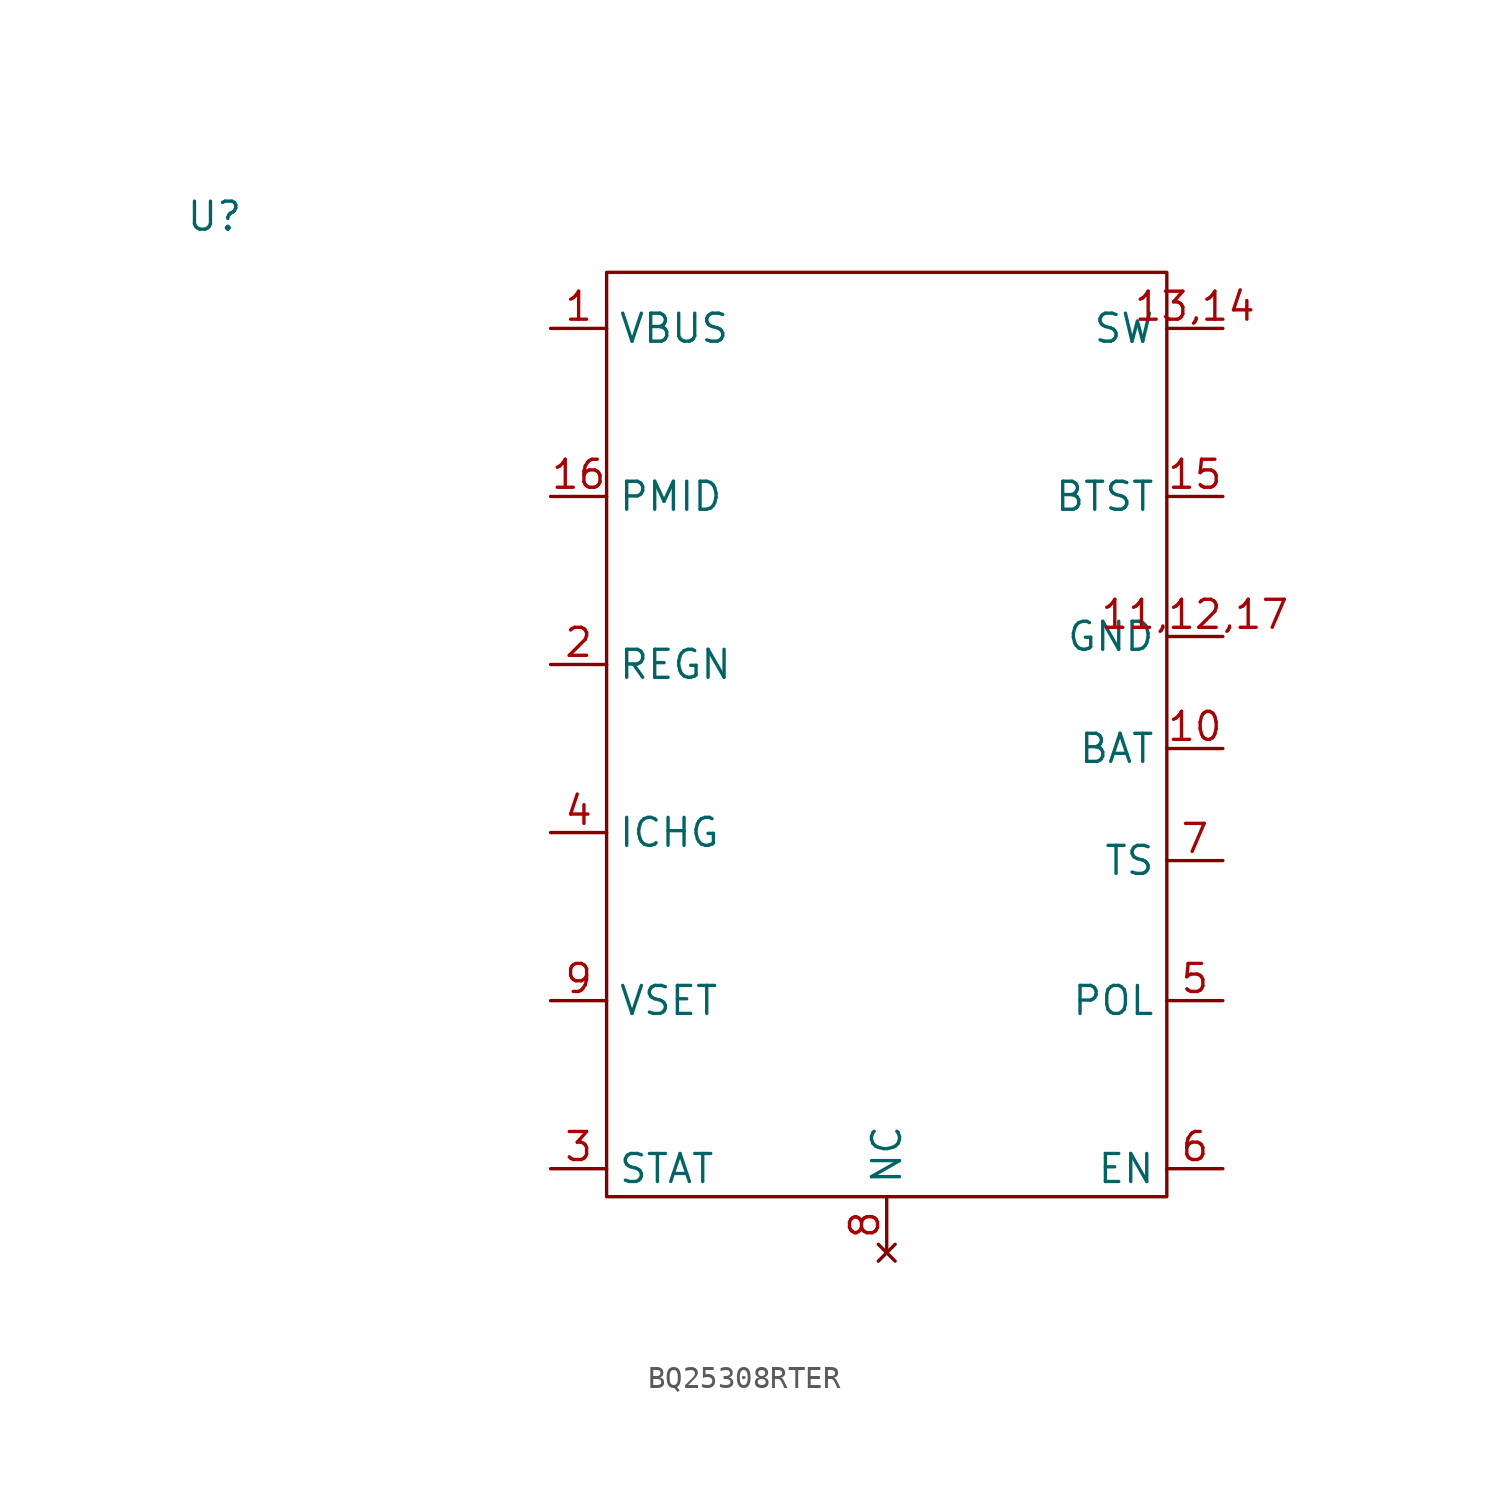
<source format=kicad_sym>
(kicad_symbol_lib
  (version 20231120)
  (generator "kicad_symbol_editor")
  (generator_version "8.0")
  (symbol "BQ25308RTER"
    (property "Reference" "U"
      (at 0 0 0)
      (effects (font (size 1.27 1.27))))
    (property "Value" ""
      (at 0 0 0)
      (effects (font (size 1.27 1.27))))
    (symbol "BQ25308RTER_0_1"
      (rectangle (start 17.78 -2.54) (end 43.18 -44.45) (stroke (width 0) (type default)) (fill (type none))))
    (symbol "BQ25308RTER_1_0"
      (pin input line (at 45.72 -24.13 180) (length 2.54) (name "BAT" (effects (font (size 1.27 1.27)))) (number "10" (effects (font (size 1.27 1.27)))))
      (pin no_connect line (at 30.48 -46.99 90) (length 2.54) (name "NC" (effects (font (size 1.27 1.27)))) (number "8" (effects (font (size 1.27 1.27))))))
    (symbol "BQ25308RTER_1_1"
      (pin input line (at 15.24 -5.08 0) (length 2.54) (name "VBUS" (effects (font (size 1.27 1.27)))) (number "1" (effects (font (size 1.27 1.27)))))
      (pin input line (at 45.72 -19.05 180) (length 2.54) (name "GND" (effects (font (size 1.27 1.27)))) (number "11,12,17" (effects (font (size 1.27 1.27)))))
      (pin input line (at 45.72 -5.08 180) (length 2.54) (name "SW" (effects (font (size 1.27 1.27)))) (number "13,14" (effects (font (size 1.27 1.27)))))
      (pin input line (at 45.72 -12.7 180) (length 2.54) (name "BTST" (effects (font (size 1.27 1.27)))) (number "15" (effects (font (size 1.27 1.27)))))
      (pin input line (at 15.24 -12.7 0) (length 2.54) (name "PMID" (effects (font (size 1.27 1.27)))) (number "16" (effects (font (size 1.27 1.27)))))
      (pin input line (at 15.24 -20.32 0) (length 2.54) (name "REGN" (effects (font (size 1.27 1.27)))) (number "2" (effects (font (size 1.27 1.27)))))
      (pin input line (at 15.24 -43.18 0) (length 2.54) (name "STAT" (effects (font (size 1.27 1.27)))) (number "3" (effects (font (size 1.27 1.27)))))
      (pin input line (at 15.24 -27.94 0) (length 2.54) (name "ICHG" (effects (font (size 1.27 1.27)))) (number "4" (effects (font (size 1.27 1.27)))))
      (pin input line (at 45.72 -35.56 180) (length 2.54) (name "POL" (effects (font (size 1.27 1.27)))) (number "5" (effects (font (size 1.27 1.27)))))
      (pin input line (at 45.72 -43.18 180) (length 2.54) (name "EN" (effects (font (size 1.27 1.27)))) (number "6" (effects (font (size 1.27 1.27)))))
      (pin input line (at 45.72 -29.21 180) (length 2.54) (name "TS" (effects (font (size 1.27 1.27)))) (number "7" (effects (font (size 1.27 1.27)))))
      (pin input line (at 15.24 -35.56 0) (length 2.54) (name "VSET" (effects (font (size 1.27 1.27)))) (number "9" (effects (font (size 1.27 1.27))))))))
</source>
